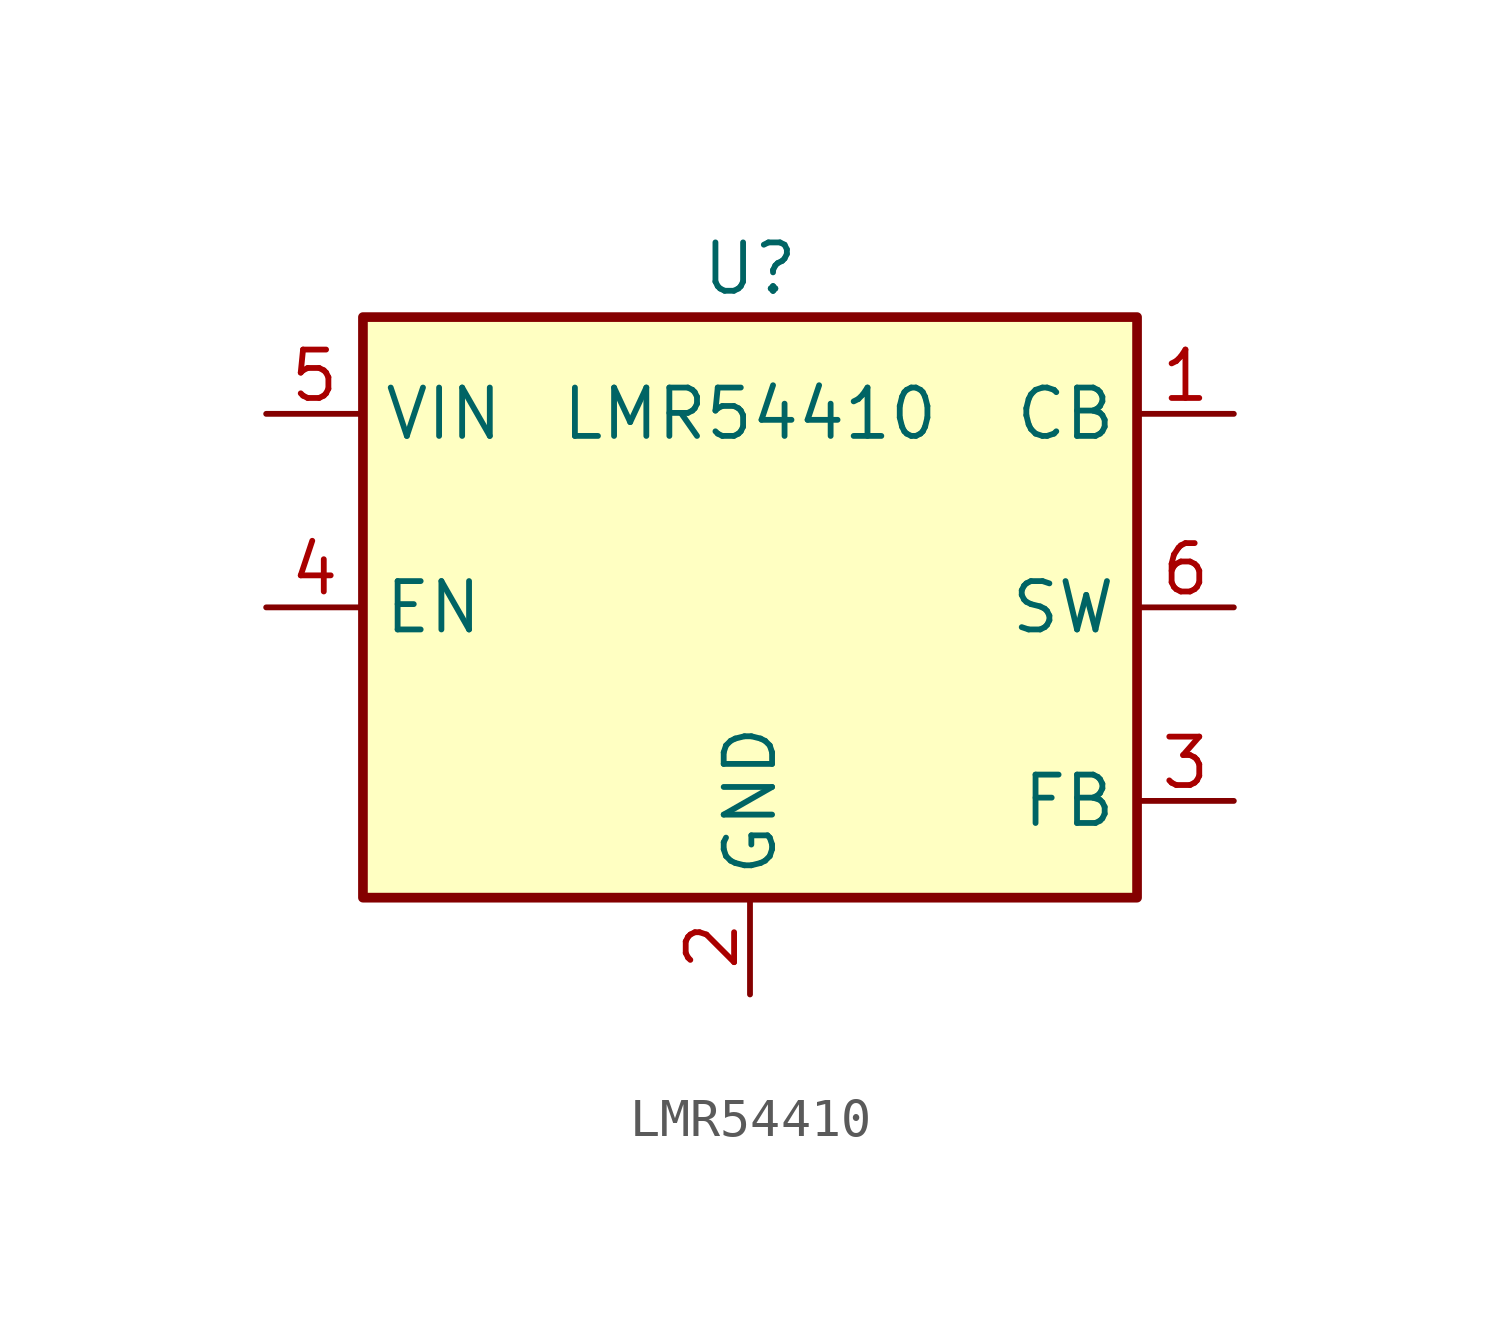
<source format=kicad_sym>
(kicad_symbol_lib
  (version 20220102)
  (generator kicad_symbol_editor)
  (symbol "LMR54410"
    (property "Reference" "U"
      (at 0 8.89 0)
      (effects (font (size 1.27 1.27))))
    (property "Value" "LMR54410"
      (at 0 5.08 0)
      (effects (font (size 1.27 1.27))))
    (symbol "LMR54410_0_1"
      (rectangle (start -10.16 7.62) (end 10.16 -7.62) (stroke (width 0.254) (type default)) (fill (type background))))
    (symbol "LMR54410_1_1"
      (pin input line (at 12.7 5.08 180) (length 2.54) (name "CB" (effects (font (size 1.27 1.27)))) (number "1" (effects (font (size 1.27 1.27)))))
      (pin power_in line (at 0 -10.16 90) (length 2.54) (name "GND" (effects (font (size 1.27 1.27)))) (number "2" (effects (font (size 1.27 1.27)))))
      (pin input line (at 12.7 -5.08 180) (length 2.54) (name "FB" (effects (font (size 1.27 1.27)))) (number "3" (effects (font (size 1.27 1.27)))))
      (pin input line (at -12.7 0 0) (length 2.54) (name "EN" (effects (font (size 1.27 1.27)))) (number "4" (effects (font (size 1.27 1.27)))))
      (pin power_in line (at -12.7 5.08 0) (length 2.54) (name "VIN" (effects (font (size 1.27 1.27)))) (number "5" (effects (font (size 1.27 1.27)))))
      (pin output line (at 12.7 0 180) (length 2.54) (name "SW" (effects (font (size 1.27 1.27)))) (number "6" (effects (font (size 1.27 1.27))))))))
</source>
